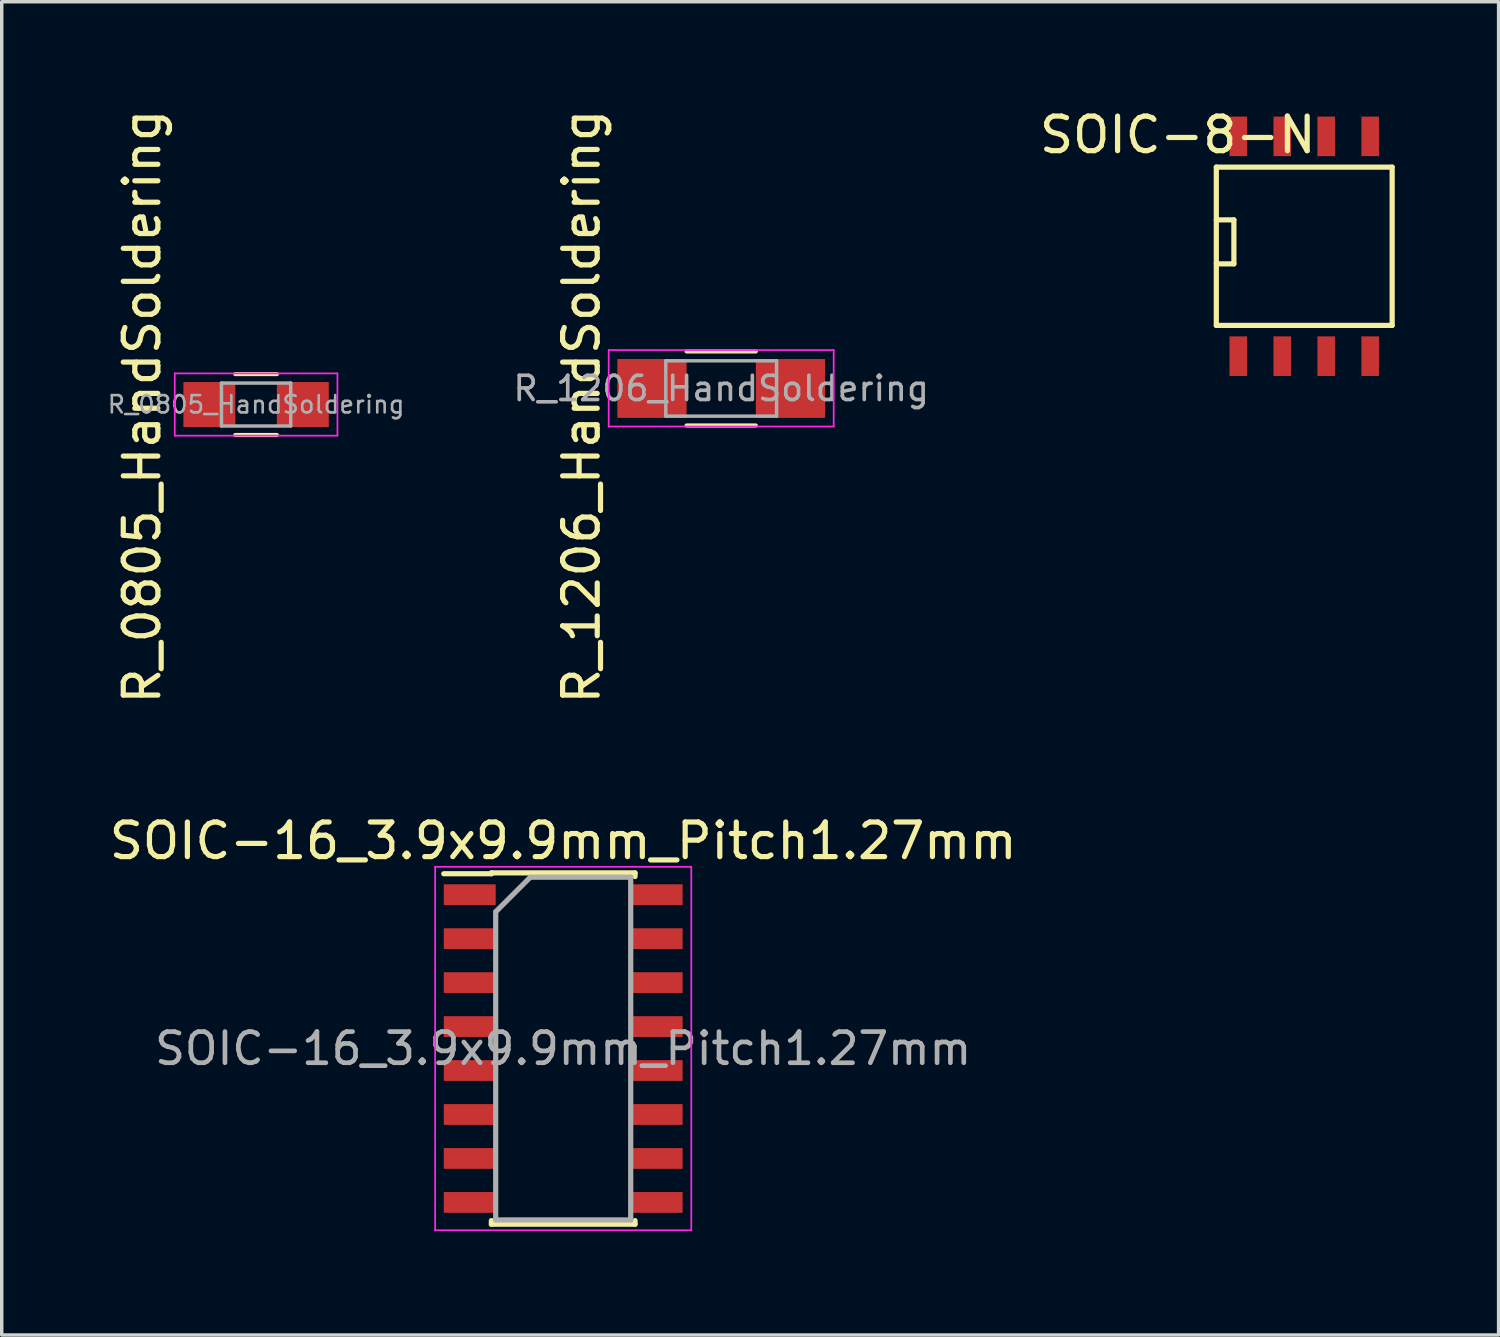
<source format=kicad_pcb>
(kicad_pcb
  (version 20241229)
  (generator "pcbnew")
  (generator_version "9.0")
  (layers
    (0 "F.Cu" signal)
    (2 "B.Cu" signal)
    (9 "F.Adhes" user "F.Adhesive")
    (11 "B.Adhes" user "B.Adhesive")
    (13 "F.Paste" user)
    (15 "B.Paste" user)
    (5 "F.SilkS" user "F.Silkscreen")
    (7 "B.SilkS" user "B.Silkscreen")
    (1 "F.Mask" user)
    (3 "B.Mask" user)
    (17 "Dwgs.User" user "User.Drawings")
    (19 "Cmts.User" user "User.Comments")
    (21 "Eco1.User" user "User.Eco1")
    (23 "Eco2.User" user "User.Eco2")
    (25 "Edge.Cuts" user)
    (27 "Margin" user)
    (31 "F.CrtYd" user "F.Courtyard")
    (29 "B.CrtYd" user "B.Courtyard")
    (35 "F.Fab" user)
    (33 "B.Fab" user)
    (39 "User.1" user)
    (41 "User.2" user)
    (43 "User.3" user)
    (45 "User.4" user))
  (footprint "SOIC-8-N"
    (layer "F.Cu")
    (at 34.627 4.064)
    (property "Reference" "SOIC-8-N" (at -3.654 -3.216 0) (layer "F.SilkS") (effects (font (size 1 1) (thickness 0.15))))
    (attr smd)
    (fp_line (start -2.54 -2.286) (end 2.54 -2.286) (stroke (width 0.15) (type solid)) (layer "F.SilkS"))
    (fp_line (start -2.54 -0.762) (end -2.032 -0.762) (stroke (width 0.15) (type solid)) (layer "F.SilkS"))
    (fp_line (start -2.54 2.286) (end -2.54 -2.286) (stroke (width 0.15) (type solid)) (layer "F.SilkS"))
    (fp_line (start -2.032 -0.762) (end -2.032 0.508) (stroke (width 0.15) (type solid)) (layer "F.SilkS"))
    (fp_line (start -2.032 0.508) (end -2.54 0.508) (stroke (width 0.15) (type solid)) (layer "F.SilkS"))
    (fp_line (start 2.54 -2.286) (end 2.54 2.286) (stroke (width 0.15) (type solid)) (layer "F.SilkS"))
    (fp_line (start 2.54 2.286) (end -2.54 2.286) (stroke (width 0.15) (type solid)) (layer "F.SilkS"))
    (pad "1" smd rect (at -1.905 3.175) (size 0.508 1.143) (layers "F.Cu" "F.Mask" "F.Paste"))
    (pad "2" smd rect (at -0.635 3.175) (size 0.508 1.143) (layers "F.Cu" "F.Mask" "F.Paste"))
    (pad "3" smd rect (at 0.635 3.175) (size 0.508 1.143) (layers "F.Cu" "F.Mask" "F.Paste"))
    (pad "4" smd rect (at 1.905 3.175) (size 0.508 1.143) (layers "F.Cu" "F.Mask" "F.Paste"))
    (pad "5" smd rect (at 1.905 -3.175) (size 0.508 1.143) (layers "F.Cu" "F.Mask" "F.Paste"))
    (pad "6" smd rect (at 0.635 -3.175) (size 0.508 1.143) (layers "F.Cu" "F.Mask" "F.Paste"))
    (pad "7" smd rect (at -0.635 -3.175) (size 0.508 1.143) (layers "F.Cu" "F.Mask" "F.Paste"))
    (pad "8" smd rect (at -1.905 -3.175) (size 0.508 1.143) (layers "F.Cu" "F.Mask" "F.Paste")))
  (footprint "R_0805_HandSoldering"
    (layer "F.Cu")
    (at 4.348 8.636)
    (property "Reference" "R_0805_HandSoldering" (at -3.292 0.06 90) (layer "F.SilkS") (effects (font (size 1 1) (thickness 0.15))))
    (attr smd)
    (fp_line (start -0.6 -0.88) (end 0.6 -0.88) (stroke (width 0.12) (type solid)) (layer "F.SilkS"))
    (fp_line (start 0.6 0.88) (end -0.6 0.88) (stroke (width 0.12) (type solid)) (layer "F.SilkS"))
    (fp_line (start -2.35 -0.9) (end -2.35 0.9) (stroke (width 0.05) (type solid)) (layer "F.CrtYd"))
    (fp_line (start -2.35 -0.9) (end 2.35 -0.9) (stroke (width 0.05) (type solid)) (layer "F.CrtYd"))
    (fp_line (start 2.35 0.9) (end -2.35 0.9) (stroke (width 0.05) (type solid)) (layer "F.CrtYd"))
    (fp_line (start 2.35 0.9) (end 2.35 -0.9) (stroke (width 0.05) (type solid)) (layer "F.CrtYd"))
    (fp_line (start -1 -0.62) (end 1 -0.62) (stroke (width 0.1) (type solid)) (layer "F.Fab"))
    (fp_line (start -1 0.62) (end -1 -0.62) (stroke (width 0.1) (type solid)) (layer "F.Fab"))
    (fp_line (start 1 -0.62) (end 1 0.62) (stroke (width 0.1) (type solid)) (layer "F.Fab"))
    (fp_line (start 1 0.62) (end -1 0.62) (stroke (width 0.1) (type solid)) (layer "F.Fab"))
    (fp_text user "${REFERENCE}" (at 0 0 0) (layer "F.Fab") (effects (font (size 0.5 0.5) (thickness 0.075))))
    (pad "1" smd rect (at -1.35 0) (size 1.5 1.3) (layers "F.Cu" "F.Mask" "F.Paste"))
    (pad "2" smd rect (at 1.35 0) (size 1.5 1.3) (layers "F.Cu" "F.Mask" "F.Paste")))
  (footprint "R_1206_HandSoldering"
    (layer "F.Cu")
    (at 17.784 8.172)
    (property "Reference" "R_1206_HandSoldering" (at -4.036 0.524 270) (layer "F.SilkS") (effects (font (size 1 1) (thickness 0.15))))
    (attr smd)
    (fp_line (start -1 -1.07) (end 1 -1.07) (stroke (width 0.12) (type solid)) (layer "F.SilkS"))
    (fp_line (start 1 1.07) (end -1 1.07) (stroke (width 0.12) (type solid)) (layer "F.SilkS"))
    (fp_line (start -3.25 -1.11) (end -3.25 1.1) (stroke (width 0.05) (type solid)) (layer "F.CrtYd"))
    (fp_line (start -3.25 -1.11) (end 3.25 -1.11) (stroke (width 0.05) (type solid)) (layer "F.CrtYd"))
    (fp_line (start 3.25 1.1) (end -3.25 1.1) (stroke (width 0.05) (type solid)) (layer "F.CrtYd"))
    (fp_line (start 3.25 1.1) (end 3.25 -1.11) (stroke (width 0.05) (type solid)) (layer "F.CrtYd"))
    (fp_line (start -1.6 -0.8) (end 1.6 -0.8) (stroke (width 0.1) (type solid)) (layer "F.Fab"))
    (fp_line (start -1.6 0.8) (end -1.6 -0.8) (stroke (width 0.1) (type solid)) (layer "F.Fab"))
    (fp_line (start 1.6 -0.8) (end 1.6 0.8) (stroke (width 0.1) (type solid)) (layer "F.Fab"))
    (fp_line (start 1.6 0.8) (end -1.6 0.8) (stroke (width 0.1) (type solid)) (layer "F.Fab"))
    (fp_text user "${REFERENCE}" (at 0 0 0) (layer "F.Fab") (effects (font (size 0.7 0.7) (thickness 0.105))))
    (pad "1" smd rect (at -2 0) (size 2 1.7) (layers "F.Cu" "F.Mask" "F.Paste"))
    (pad "2" smd rect (at 2 0) (size 2 1.7) (layers "F.Cu" "F.Mask" "F.Paste")))
  (footprint "SOIC-16_3.9x9.9mm_Pitch1.27mm"
    (layer "F.Cu")
    (at 13.22 27.241)
    (property "Reference" "SOIC-16_3.9x9.9mm_Pitch1.27mm" (at 0 -6 0) (layer "F.SilkS") (effects (font (size 1 1) (thickness 0.15))))
    (attr smd)
    (fp_line (start -2.075 -5.075) (end -2.075 -5.05) (stroke (width 0.15) (type solid)) (layer "F.SilkS"))
    (fp_line (start -2.075 -5.075) (end 2.075 -5.075) (stroke (width 0.15) (type solid)) (layer "F.SilkS"))
    (fp_line (start -2.075 -5.05) (end -3.45 -5.05) (stroke (width 0.15) (type solid)) (layer "F.SilkS"))
    (fp_line (start -2.075 5.075) (end -2.075 4.97) (stroke (width 0.15) (type solid)) (layer "F.SilkS"))
    (fp_line (start -2.075 5.075) (end 2.075 5.075) (stroke (width 0.15) (type solid)) (layer "F.SilkS"))
    (fp_line (start 2.075 -5.075) (end 2.075 -4.97) (stroke (width 0.15) (type solid)) (layer "F.SilkS"))
    (fp_line (start 2.075 5.075) (end 2.075 4.97) (stroke (width 0.15) (type solid)) (layer "F.SilkS"))
    (fp_line (start -3.7 -5.25) (end -3.7 5.25) (stroke (width 0.05) (type solid)) (layer "F.CrtYd"))
    (fp_line (start -3.7 -5.25) (end 3.7 -5.25) (stroke (width 0.05) (type solid)) (layer "F.CrtYd"))
    (fp_line (start -3.7 5.25) (end 3.7 5.25) (stroke (width 0.05) (type solid)) (layer "F.CrtYd"))
    (fp_line (start 3.7 -5.25) (end 3.7 5.25) (stroke (width 0.05) (type solid)) (layer "F.CrtYd"))
    (fp_line (start -1.95 -3.95) (end -0.95 -4.95) (stroke (width 0.15) (type solid)) (layer "F.Fab"))
    (fp_line (start -1.95 4.95) (end -1.95 -3.95) (stroke (width 0.15) (type solid)) (layer "F.Fab"))
    (fp_line (start -0.95 -4.95) (end 1.95 -4.95) (stroke (width 0.15) (type solid)) (layer "F.Fab"))
    (fp_line (start 1.95 -4.95) (end 1.95 4.95) (stroke (width 0.15) (type solid)) (layer "F.Fab"))
    (fp_line (start 1.95 4.95) (end -1.95 4.95) (stroke (width 0.15) (type solid)) (layer "F.Fab"))
    (fp_text user "${REFERENCE}" (at 0 0 0) (layer "F.Fab") (effects (font (size 0.9 0.9) (thickness 0.135))))
    (pad "1" smd rect (at -2.7 -4.445) (size 1.5 0.6) (layers "F.Cu" "F.Mask" "F.Paste"))
    (pad "2" smd rect (at -2.7 -3.175) (size 1.5 0.6) (layers "F.Cu" "F.Mask" "F.Paste"))
    (pad "3" smd rect (at -2.7 -1.905) (size 1.5 0.6) (layers "F.Cu" "F.Mask" "F.Paste"))
    (pad "4" smd rect (at -2.7 -0.635) (size 1.5 0.6) (layers "F.Cu" "F.Mask" "F.Paste"))
    (pad "5" smd rect (at -2.7 0.635) (size 1.5 0.6) (layers "F.Cu" "F.Mask" "F.Paste"))
    (pad "6" smd rect (at -2.7 1.905) (size 1.5 0.6) (layers "F.Cu" "F.Mask" "F.Paste"))
    (pad "7" smd rect (at -2.7 3.175) (size 1.5 0.6) (layers "F.Cu" "F.Mask" "F.Paste"))
    (pad "8" smd rect (at -2.7 4.445) (size 1.5 0.6) (layers "F.Cu" "F.Mask" "F.Paste"))
    (pad "9" smd rect (at 2.7 4.445) (size 1.5 0.6) (layers "F.Cu" "F.Mask" "F.Paste"))
    (pad "10" smd rect (at 2.7 3.175) (size 1.5 0.6) (layers "F.Cu" "F.Mask" "F.Paste"))
    (pad "11" smd rect (at 2.7 1.905) (size 1.5 0.6) (layers "F.Cu" "F.Mask" "F.Paste"))
    (pad "12" smd rect (at 2.7 0.635) (size 1.5 0.6) (layers "F.Cu" "F.Mask" "F.Paste"))
    (pad "13" smd rect (at 2.7 -0.635) (size 1.5 0.6) (layers "F.Cu" "F.Mask" "F.Paste"))
    (pad "14" smd rect (at 2.7 -1.905) (size 1.5 0.6) (layers "F.Cu" "F.Mask" "F.Paste"))
    (pad "15" smd rect (at 2.7 -3.175) (size 1.5 0.6) (layers "F.Cu" "F.Mask" "F.Paste"))
    (pad "16" smd rect (at 2.7 -4.445) (size 1.5 0.6) (layers "F.Cu" "F.Mask" "F.Paste")))
  (gr_rect
    (start -3 -3)
    (end 40.242 35.516)
    (stroke (width 0.1) (type default))
    (fill no)
    (layer "Edge.Cuts")))
</source>
